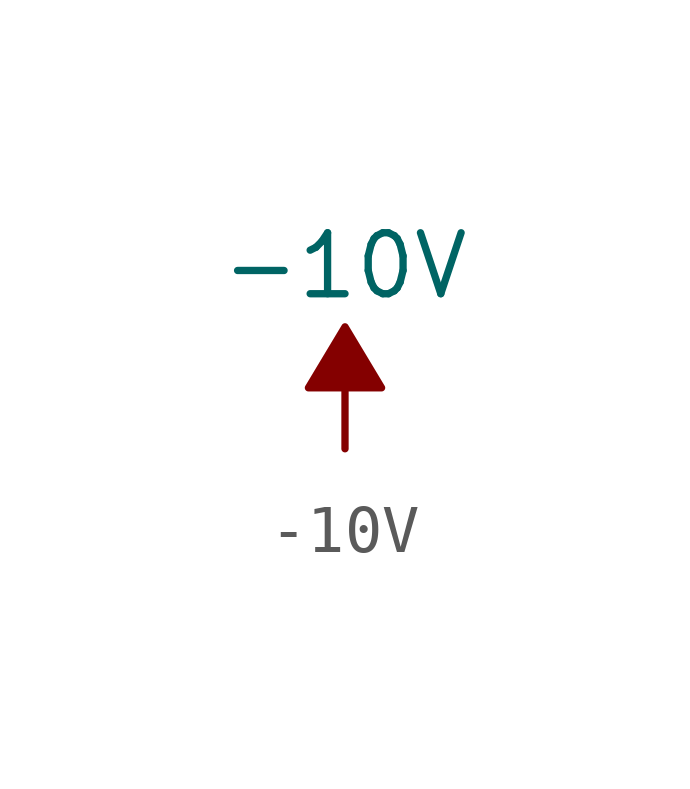
<source format=kicad_sym>
(kicad_symbol_lib
  (version 20211014)
  (generator kicad_symbol_editor)
  (symbol "-10V"
    (power)
    (pin_names
      (offset 0))
    (property "Reference" "#PWR"
      (at 0 2.54 0)
      (effects (font (size 1.27 1.27)) hide))
    (property "Value" "-10V"
      (at 0 3.81 0)
      (effects (font (size 1.27 1.27))))
    (symbol "-10V_0_0"
      (pin power_in line (at 0 0 90) (length 0) hide (name "-10V" (effects (font (size 1.27 1.27)))) (number "1" (effects (font (size 1.27 1.27))))))
    (symbol "-10V_0_1"
      (polyline (pts (xy 0 0) (xy 0 1.27) (xy 0.762 1.27) (xy 0 2.54) (xy -0.762 1.27) (xy 0 1.27)) (stroke (width 0) (type default) (color 0 0 0 0)) (fill (type outline))))))
</source>
